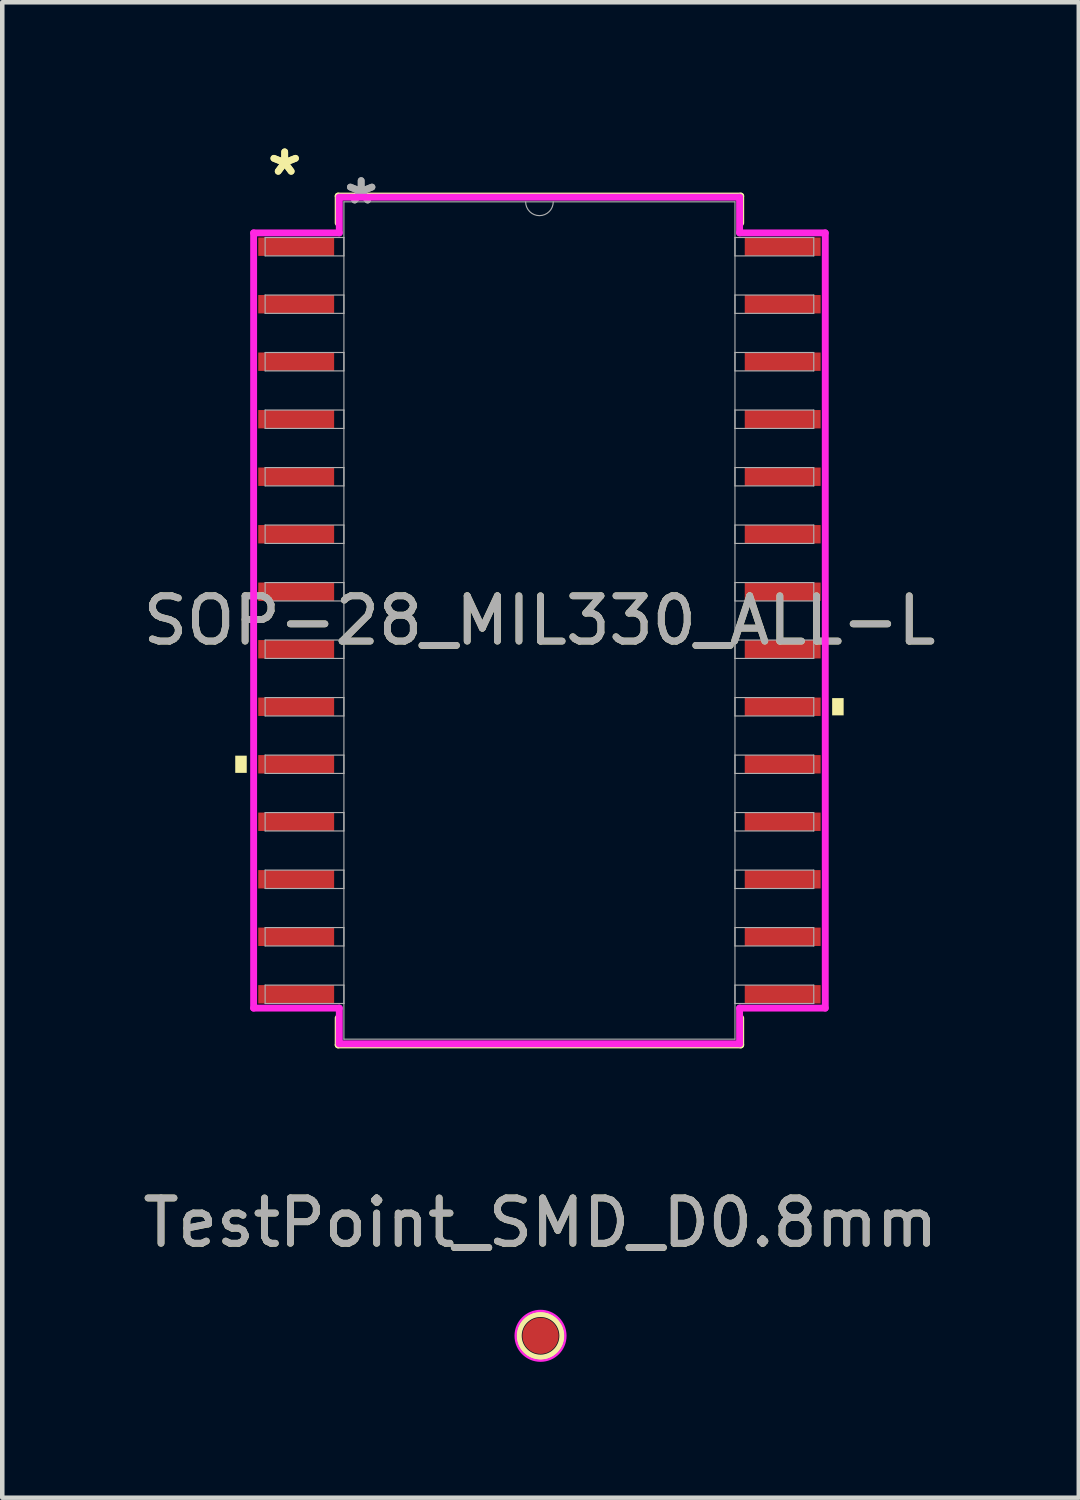
<source format=kicad_pcb>
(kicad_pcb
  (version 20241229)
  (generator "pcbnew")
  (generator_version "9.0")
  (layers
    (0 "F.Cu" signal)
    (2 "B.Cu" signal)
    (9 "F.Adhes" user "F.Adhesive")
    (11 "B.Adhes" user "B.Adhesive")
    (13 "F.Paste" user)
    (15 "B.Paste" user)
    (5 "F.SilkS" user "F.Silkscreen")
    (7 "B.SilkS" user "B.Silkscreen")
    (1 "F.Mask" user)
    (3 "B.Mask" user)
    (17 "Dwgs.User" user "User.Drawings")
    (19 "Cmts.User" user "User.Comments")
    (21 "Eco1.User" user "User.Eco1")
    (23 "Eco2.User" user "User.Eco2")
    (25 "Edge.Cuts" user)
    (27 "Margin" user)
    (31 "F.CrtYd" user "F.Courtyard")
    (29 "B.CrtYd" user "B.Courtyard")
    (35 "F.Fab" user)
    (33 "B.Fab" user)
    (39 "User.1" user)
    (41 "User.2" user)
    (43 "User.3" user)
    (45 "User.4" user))
  (footprint "SOP-28_MIL330_ALL-L"
    (layer "F.Cu")
    (at 8.863 10.653)
    (property "Reference" "SOP-28_MIL330_ALL-L" (at 0 0 0) (unlocked yes) (layer "F.SilkS") (effects (font (size 1 1) (thickness 0.15))))
    (attr smd)
    (fp_line (start -4.445 -9.373) (end -4.445 -8.779) (stroke (width 0.152) (type solid)) (layer "F.SilkS"))
    (fp_line (start -4.445 8.779) (end -4.445 9.373) (stroke (width 0.152) (type solid)) (layer "F.SilkS"))
    (fp_line (start -4.445 9.373) (end 4.445 9.373) (stroke (width 0.152) (type solid)) (layer "F.SilkS"))
    (fp_line (start 4.445 -9.373) (end -4.445 -9.373) (stroke (width 0.152) (type solid)) (layer "F.SilkS"))
    (fp_line (start 4.445 -8.779) (end 4.445 -9.373) (stroke (width 0.152) (type solid)) (layer "F.SilkS"))
    (fp_line (start 4.445 9.373) (end 4.445 8.779) (stroke (width 0.152) (type solid)) (layer "F.SilkS"))
    (fp_poly (pts (xy -6.718 2.985) (xy -6.718 3.365) (xy -6.464 3.365) (xy -6.464 2.985)) (stroke (width 0) (type solid)) (fill yes) (layer "F.SilkS"))
    (fp_poly (pts (xy 6.718 1.714) (xy 6.718 2.095) (xy 6.464 2.095) (xy 6.464 1.714)) (stroke (width 0) (type solid)) (fill yes) (layer "F.SilkS"))
    (fp_line (start -6.312 -8.56) (end -4.42 -8.56) (stroke (width 0.152) (type solid)) (layer "F.CrtYd"))
    (fp_line (start -6.312 8.56) (end -6.312 -8.56) (stroke (width 0.152) (type solid)) (layer "F.CrtYd"))
    (fp_line (start -6.312 8.56) (end -4.42 8.56) (stroke (width 0.152) (type solid)) (layer "F.CrtYd"))
    (fp_line (start -4.42 -9.347) (end 4.42 -9.347) (stroke (width 0.152) (type solid)) (layer "F.CrtYd"))
    (fp_line (start -4.42 -8.56) (end -4.42 -9.347) (stroke (width 0.152) (type solid)) (layer "F.CrtYd"))
    (fp_line (start -4.42 9.347) (end -4.42 8.56) (stroke (width 0.152) (type solid)) (layer "F.CrtYd"))
    (fp_line (start 4.42 -9.347) (end 4.42 -8.56) (stroke (width 0.152) (type solid)) (layer "F.CrtYd"))
    (fp_line (start 4.42 8.56) (end 4.42 9.347) (stroke (width 0.152) (type solid)) (layer "F.CrtYd"))
    (fp_line (start 4.42 9.347) (end -4.42 9.347) (stroke (width 0.152) (type solid)) (layer "F.CrtYd"))
    (fp_line (start 6.312 -8.56) (end 4.42 -8.56) (stroke (width 0.152) (type solid)) (layer "F.CrtYd"))
    (fp_line (start 6.312 -8.56) (end 6.312 8.56) (stroke (width 0.152) (type solid)) (layer "F.CrtYd"))
    (fp_line (start 6.312 8.56) (end 4.42 8.56) (stroke (width 0.152) (type solid)) (layer "F.CrtYd"))
    (fp_line (start -6.058 -8.458) (end -6.058 -8.052) (stroke (width 0.025) (type solid)) (layer "F.Fab"))
    (fp_line (start -6.058 -8.052) (end -4.318 -8.052) (stroke (width 0.025) (type solid)) (layer "F.Fab"))
    (fp_line (start -6.058 -7.188) (end -6.058 -6.782) (stroke (width 0.025) (type solid)) (layer "F.Fab"))
    (fp_line (start -6.058 -6.782) (end -4.318 -6.782) (stroke (width 0.025) (type solid)) (layer "F.Fab"))
    (fp_line (start -6.058 -5.918) (end -6.058 -5.512) (stroke (width 0.025) (type solid)) (layer "F.Fab"))
    (fp_line (start -6.058 -5.512) (end -4.318 -5.512) (stroke (width 0.025) (type solid)) (layer "F.Fab"))
    (fp_line (start -6.058 -4.648) (end -6.058 -4.242) (stroke (width 0.025) (type solid)) (layer "F.Fab"))
    (fp_line (start -6.058 -4.242) (end -4.318 -4.242) (stroke (width 0.025) (type solid)) (layer "F.Fab"))
    (fp_line (start -6.058 -3.378) (end -6.058 -2.972) (stroke (width 0.025) (type solid)) (layer "F.Fab"))
    (fp_line (start -6.058 -2.972) (end -4.318 -2.972) (stroke (width 0.025) (type solid)) (layer "F.Fab"))
    (fp_line (start -6.058 -2.108) (end -6.058 -1.702) (stroke (width 0.025) (type solid)) (layer "F.Fab"))
    (fp_line (start -6.058 -1.702) (end -4.318 -1.702) (stroke (width 0.025) (type solid)) (layer "F.Fab"))
    (fp_line (start -6.058 -0.838) (end -6.058 -0.432) (stroke (width 0.025) (type solid)) (layer "F.Fab"))
    (fp_line (start -6.058 -0.432) (end -4.318 -0.432) (stroke (width 0.025) (type solid)) (layer "F.Fab"))
    (fp_line (start -6.058 0.432) (end -6.058 0.838) (stroke (width 0.025) (type solid)) (layer "F.Fab"))
    (fp_line (start -6.058 0.838) (end -4.318 0.838) (stroke (width 0.025) (type solid)) (layer "F.Fab"))
    (fp_line (start -6.058 1.702) (end -6.058 2.108) (stroke (width 0.025) (type solid)) (layer "F.Fab"))
    (fp_line (start -6.058 2.108) (end -4.318 2.108) (stroke (width 0.025) (type solid)) (layer "F.Fab"))
    (fp_line (start -6.058 2.972) (end -6.058 3.378) (stroke (width 0.025) (type solid)) (layer "F.Fab"))
    (fp_line (start -6.058 3.378) (end -4.318 3.378) (stroke (width 0.025) (type solid)) (layer "F.Fab"))
    (fp_line (start -6.058 4.242) (end -6.058 4.648) (stroke (width 0.025) (type solid)) (layer "F.Fab"))
    (fp_line (start -6.058 4.648) (end -4.318 4.648) (stroke (width 0.025) (type solid)) (layer "F.Fab"))
    (fp_line (start -6.058 5.512) (end -6.058 5.918) (stroke (width 0.025) (type solid)) (layer "F.Fab"))
    (fp_line (start -6.058 5.918) (end -4.318 5.918) (stroke (width 0.025) (type solid)) (layer "F.Fab"))
    (fp_line (start -6.058 6.782) (end -6.058 7.188) (stroke (width 0.025) (type solid)) (layer "F.Fab"))
    (fp_line (start -6.058 7.188) (end -4.318 7.188) (stroke (width 0.025) (type solid)) (layer "F.Fab"))
    (fp_line (start -6.058 8.052) (end -6.058 8.458) (stroke (width 0.025) (type solid)) (layer "F.Fab"))
    (fp_line (start -6.058 8.458) (end -4.318 8.458) (stroke (width 0.025) (type solid)) (layer "F.Fab"))
    (fp_line (start -4.318 -9.246) (end -4.318 9.246) (stroke (width 0.025) (type solid)) (layer "F.Fab"))
    (fp_line (start -4.318 -8.458) (end -6.058 -8.458) (stroke (width 0.025) (type solid)) (layer "F.Fab"))
    (fp_line (start -4.318 -8.052) (end -4.318 -8.458) (stroke (width 0.025) (type solid)) (layer "F.Fab"))
    (fp_line (start -4.318 -7.188) (end -6.058 -7.188) (stroke (width 0.025) (type solid)) (layer "F.Fab"))
    (fp_line (start -4.318 -6.782) (end -4.318 -7.188) (stroke (width 0.025) (type solid)) (layer "F.Fab"))
    (fp_line (start -4.318 -5.918) (end -6.058 -5.918) (stroke (width 0.025) (type solid)) (layer "F.Fab"))
    (fp_line (start -4.318 -5.512) (end -4.318 -5.918) (stroke (width 0.025) (type solid)) (layer "F.Fab"))
    (fp_line (start -4.318 -4.648) (end -6.058 -4.648) (stroke (width 0.025) (type solid)) (layer "F.Fab"))
    (fp_line (start -4.318 -4.242) (end -4.318 -4.648) (stroke (width 0.025) (type solid)) (layer "F.Fab"))
    (fp_line (start -4.318 -3.378) (end -6.058 -3.378) (stroke (width 0.025) (type solid)) (layer "F.Fab"))
    (fp_line (start -4.318 -2.972) (end -4.318 -3.378) (stroke (width 0.025) (type solid)) (layer "F.Fab"))
    (fp_line (start -4.318 -2.108) (end -6.058 -2.108) (stroke (width 0.025) (type solid)) (layer "F.Fab"))
    (fp_line (start -4.318 -1.702) (end -4.318 -2.108) (stroke (width 0.025) (type solid)) (layer "F.Fab"))
    (fp_line (start -4.318 -0.838) (end -6.058 -0.838) (stroke (width 0.025) (type solid)) (layer "F.Fab"))
    (fp_line (start -4.318 -0.432) (end -4.318 -0.838) (stroke (width 0.025) (type solid)) (layer "F.Fab"))
    (fp_line (start -4.318 0.432) (end -6.058 0.432) (stroke (width 0.025) (type solid)) (layer "F.Fab"))
    (fp_line (start -4.318 0.838) (end -4.318 0.432) (stroke (width 0.025) (type solid)) (layer "F.Fab"))
    (fp_line (start -4.318 1.702) (end -6.058 1.702) (stroke (width 0.025) (type solid)) (layer "F.Fab"))
    (fp_line (start -4.318 2.108) (end -4.318 1.702) (stroke (width 0.025) (type solid)) (layer "F.Fab"))
    (fp_line (start -4.318 2.972) (end -6.058 2.972) (stroke (width 0.025) (type solid)) (layer "F.Fab"))
    (fp_line (start -4.318 3.378) (end -4.318 2.972) (stroke (width 0.025) (type solid)) (layer "F.Fab"))
    (fp_line (start -4.318 4.242) (end -6.058 4.242) (stroke (width 0.025) (type solid)) (layer "F.Fab"))
    (fp_line (start -4.318 4.648) (end -4.318 4.242) (stroke (width 0.025) (type solid)) (layer "F.Fab"))
    (fp_line (start -4.318 5.512) (end -6.058 5.512) (stroke (width 0.025) (type solid)) (layer "F.Fab"))
    (fp_line (start -4.318 5.918) (end -4.318 5.512) (stroke (width 0.025) (type solid)) (layer "F.Fab"))
    (fp_line (start -4.318 6.782) (end -6.058 6.782) (stroke (width 0.025) (type solid)) (layer "F.Fab"))
    (fp_line (start -4.318 7.188) (end -4.318 6.782) (stroke (width 0.025) (type solid)) (layer "F.Fab"))
    (fp_line (start -4.318 8.052) (end -6.058 8.052) (stroke (width 0.025) (type solid)) (layer "F.Fab"))
    (fp_line (start -4.318 8.458) (end -4.318 8.052) (stroke (width 0.025) (type solid)) (layer "F.Fab"))
    (fp_line (start -4.318 9.246) (end 4.318 9.246) (stroke (width 0.025) (type solid)) (layer "F.Fab"))
    (fp_line (start 4.318 -9.246) (end -4.318 -9.246) (stroke (width 0.025) (type solid)) (layer "F.Fab"))
    (fp_line (start 4.318 -8.458) (end 4.318 -8.052) (stroke (width 0.025) (type solid)) (layer "F.Fab"))
    (fp_line (start 4.318 -8.052) (end 6.058 -8.052) (stroke (width 0.025) (type solid)) (layer "F.Fab"))
    (fp_line (start 4.318 -7.188) (end 4.318 -6.782) (stroke (width 0.025) (type solid)) (layer "F.Fab"))
    (fp_line (start 4.318 -6.782) (end 6.058 -6.782) (stroke (width 0.025) (type solid)) (layer "F.Fab"))
    (fp_line (start 4.318 -5.918) (end 4.318 -5.512) (stroke (width 0.025) (type solid)) (layer "F.Fab"))
    (fp_line (start 4.318 -5.512) (end 6.058 -5.512) (stroke (width 0.025) (type solid)) (layer "F.Fab"))
    (fp_line (start 4.318 -4.648) (end 4.318 -4.242) (stroke (width 0.025) (type solid)) (layer "F.Fab"))
    (fp_line (start 4.318 -4.242) (end 6.058 -4.242) (stroke (width 0.025) (type solid)) (layer "F.Fab"))
    (fp_line (start 4.318 -3.378) (end 4.318 -2.972) (stroke (width 0.025) (type solid)) (layer "F.Fab"))
    (fp_line (start 4.318 -2.972) (end 6.058 -2.972) (stroke (width 0.025) (type solid)) (layer "F.Fab"))
    (fp_line (start 4.318 -2.108) (end 4.318 -1.702) (stroke (width 0.025) (type solid)) (layer "F.Fab"))
    (fp_line (start 4.318 -1.702) (end 6.058 -1.702) (stroke (width 0.025) (type solid)) (layer "F.Fab"))
    (fp_line (start 4.318 -0.838) (end 4.318 -0.432) (stroke (width 0.025) (type solid)) (layer "F.Fab"))
    (fp_line (start 4.318 -0.432) (end 6.058 -0.432) (stroke (width 0.025) (type solid)) (layer "F.Fab"))
    (fp_line (start 4.318 0.432) (end 4.318 0.838) (stroke (width 0.025) (type solid)) (layer "F.Fab"))
    (fp_line (start 4.318 0.838) (end 6.058 0.838) (stroke (width 0.025) (type solid)) (layer "F.Fab"))
    (fp_line (start 4.318 1.702) (end 4.318 2.108) (stroke (width 0.025) (type solid)) (layer "F.Fab"))
    (fp_line (start 4.318 2.108) (end 6.058 2.108) (stroke (width 0.025) (type solid)) (layer "F.Fab"))
    (fp_line (start 4.318 2.972) (end 4.318 3.378) (stroke (width 0.025) (type solid)) (layer "F.Fab"))
    (fp_line (start 4.318 3.378) (end 6.058 3.378) (stroke (width 0.025) (type solid)) (layer "F.Fab"))
    (fp_line (start 4.318 4.242) (end 4.318 4.648) (stroke (width 0.025) (type solid)) (layer "F.Fab"))
    (fp_line (start 4.318 4.648) (end 6.058 4.648) (stroke (width 0.025) (type solid)) (layer "F.Fab"))
    (fp_line (start 4.318 5.512) (end 4.318 5.918) (stroke (width 0.025) (type solid)) (layer "F.Fab"))
    (fp_line (start 4.318 5.918) (end 6.058 5.918) (stroke (width 0.025) (type solid)) (layer "F.Fab"))
    (fp_line (start 4.318 6.782) (end 4.318 7.188) (stroke (width 0.025) (type solid)) (layer "F.Fab"))
    (fp_line (start 4.318 7.188) (end 6.058 7.188) (stroke (width 0.025) (type solid)) (layer "F.Fab"))
    (fp_line (start 4.318 8.052) (end 4.318 8.458) (stroke (width 0.025) (type solid)) (layer "F.Fab"))
    (fp_line (start 4.318 8.458) (end 6.058 8.458) (stroke (width 0.025) (type solid)) (layer "F.Fab"))
    (fp_line (start 4.318 9.246) (end 4.318 -9.246) (stroke (width 0.025) (type solid)) (layer "F.Fab"))
    (fp_line (start 6.058 -8.458) (end 4.318 -8.458) (stroke (width 0.025) (type solid)) (layer "F.Fab"))
    (fp_line (start 6.058 -8.052) (end 6.058 -8.458) (stroke (width 0.025) (type solid)) (layer "F.Fab"))
    (fp_line (start 6.058 -7.188) (end 4.318 -7.188) (stroke (width 0.025) (type solid)) (layer "F.Fab"))
    (fp_line (start 6.058 -6.782) (end 6.058 -7.188) (stroke (width 0.025) (type solid)) (layer "F.Fab"))
    (fp_line (start 6.058 -5.918) (end 4.318 -5.918) (stroke (width 0.025) (type solid)) (layer "F.Fab"))
    (fp_line (start 6.058 -5.512) (end 6.058 -5.918) (stroke (width 0.025) (type solid)) (layer "F.Fab"))
    (fp_line (start 6.058 -4.648) (end 4.318 -4.648) (stroke (width 0.025) (type solid)) (layer "F.Fab"))
    (fp_line (start 6.058 -4.242) (end 6.058 -4.648) (stroke (width 0.025) (type solid)) (layer "F.Fab"))
    (fp_line (start 6.058 -3.378) (end 4.318 -3.378) (stroke (width 0.025) (type solid)) (layer "F.Fab"))
    (fp_line (start 6.058 -2.972) (end 6.058 -3.378) (stroke (width 0.025) (type solid)) (layer "F.Fab"))
    (fp_line (start 6.058 -2.108) (end 4.318 -2.108) (stroke (width 0.025) (type solid)) (layer "F.Fab"))
    (fp_line (start 6.058 -1.702) (end 6.058 -2.108) (stroke (width 0.025) (type solid)) (layer "F.Fab"))
    (fp_line (start 6.058 -0.838) (end 4.318 -0.838) (stroke (width 0.025) (type solid)) (layer "F.Fab"))
    (fp_line (start 6.058 -0.432) (end 6.058 -0.838) (stroke (width 0.025) (type solid)) (layer "F.Fab"))
    (fp_line (start 6.058 0.432) (end 4.318 0.432) (stroke (width 0.025) (type solid)) (layer "F.Fab"))
    (fp_line (start 6.058 0.838) (end 6.058 0.432) (stroke (width 0.025) (type solid)) (layer "F.Fab"))
    (fp_line (start 6.058 1.702) (end 4.318 1.702) (stroke (width 0.025) (type solid)) (layer "F.Fab"))
    (fp_line (start 6.058 2.108) (end 6.058 1.702) (stroke (width 0.025) (type solid)) (layer "F.Fab"))
    (fp_line (start 6.058 2.972) (end 4.318 2.972) (stroke (width 0.025) (type solid)) (layer "F.Fab"))
    (fp_line (start 6.058 3.378) (end 6.058 2.972) (stroke (width 0.025) (type solid)) (layer "F.Fab"))
    (fp_line (start 6.058 4.242) (end 4.318 4.242) (stroke (width 0.025) (type solid)) (layer "F.Fab"))
    (fp_line (start 6.058 4.648) (end 6.058 4.242) (stroke (width 0.025) (type solid)) (layer "F.Fab"))
    (fp_line (start 6.058 5.512) (end 4.318 5.512) (stroke (width 0.025) (type solid)) (layer "F.Fab"))
    (fp_line (start 6.058 5.918) (end 6.058 5.512) (stroke (width 0.025) (type solid)) (layer "F.Fab"))
    (fp_line (start 6.058 6.782) (end 4.318 6.782) (stroke (width 0.025) (type solid)) (layer "F.Fab"))
    (fp_line (start 6.058 7.188) (end 6.058 6.782) (stroke (width 0.025) (type solid)) (layer "F.Fab"))
    (fp_line (start 6.058 8.052) (end 4.318 8.052) (stroke (width 0.025) (type solid)) (layer "F.Fab"))
    (fp_line (start 6.058 8.458) (end 6.058 8.052) (stroke (width 0.025) (type solid)) (layer "F.Fab"))
    (fp_arc (start 0.3048 -9.2456) (mid 0 -8.9408) (end -0.3048 -9.2456) (stroke (width 0.0254) (type solid)) (layer "F.Fab"))
    (fp_text user "*" (at -5.626 -9.804 0) (unlocked yes) (layer "F.SilkS") (effects (font (size 1 1) (thickness 0.15))))
    (fp_text user "*" (at -5.626 -9.804 0) (layer "F.SilkS") (effects (font (size 1 1) (thickness 0.15))))
    (fp_text user "*" (at -3.937 -9.169 0) (layer "F.Fab") (effects (font (size 1 1) (thickness 0.15))))
    (fp_text user "${REFERENCE}" (at 0 0 0) (unlocked yes) (layer "F.Fab") (effects (font (size 1 1) (thickness 0.15))))
    (fp_text user "*" (at -3.937 -9.169 0) (unlocked yes) (layer "F.Fab") (effects (font (size 1 1) (thickness 0.15))))
    (pad "1" smd rect (at -5.372 -8.255) (size 1.676 0.406) (layers "F.Cu" "F.Mask" "F.Paste"))
    (pad "2" smd rect (at -5.372 -6.985) (size 1.676 0.406) (layers "F.Cu" "F.Mask" "F.Paste"))
    (pad "3" smd rect (at -5.372 -5.715) (size 1.676 0.406) (layers "F.Cu" "F.Mask" "F.Paste"))
    (pad "4" smd rect (at -5.372 -4.445) (size 1.676 0.406) (layers "F.Cu" "F.Mask" "F.Paste"))
    (pad "5" smd rect (at -5.372 -3.175) (size 1.676 0.406) (layers "F.Cu" "F.Mask" "F.Paste"))
    (pad "6" smd rect (at -5.372 -1.905) (size 1.676 0.406) (layers "F.Cu" "F.Mask" "F.Paste"))
    (pad "7" smd rect (at -5.372 -0.635) (size 1.676 0.406) (layers "F.Cu" "F.Mask" "F.Paste"))
    (pad "8" smd rect (at -5.372 0.635) (size 1.676 0.406) (layers "F.Cu" "F.Mask" "F.Paste"))
    (pad "9" smd rect (at -5.372 1.905) (size 1.676 0.406) (layers "F.Cu" "F.Mask" "F.Paste"))
    (pad "10" smd rect (at -5.372 3.175) (size 1.676 0.406) (layers "F.Cu" "F.Mask" "F.Paste"))
    (pad "11" smd rect (at -5.372 4.445) (size 1.676 0.406) (layers "F.Cu" "F.Mask" "F.Paste"))
    (pad "12" smd rect (at -5.372 5.715) (size 1.676 0.406) (layers "F.Cu" "F.Mask" "F.Paste"))
    (pad "13" smd rect (at -5.372 6.985) (size 1.676 0.406) (layers "F.Cu" "F.Mask" "F.Paste"))
    (pad "14" smd rect (at -5.372 8.255) (size 1.676 0.406) (layers "F.Cu" "F.Mask" "F.Paste"))
    (pad "15" smd rect (at 5.372 8.255) (size 1.676 0.406) (layers "F.Cu" "F.Mask" "F.Paste"))
    (pad "16" smd rect (at 5.372 6.985) (size 1.676 0.406) (layers "F.Cu" "F.Mask" "F.Paste"))
    (pad "17" smd rect (at 5.372 5.715) (size 1.676 0.406) (layers "F.Cu" "F.Mask" "F.Paste"))
    (pad "18" smd rect (at 5.372 4.445) (size 1.676 0.406) (layers "F.Cu" "F.Mask" "F.Paste"))
    (pad "19" smd rect (at 5.372 3.175) (size 1.676 0.406) (layers "F.Cu" "F.Mask" "F.Paste"))
    (pad "20" smd rect (at 5.372 1.905) (size 1.676 0.406) (layers "F.Cu" "F.Mask" "F.Paste"))
    (pad "21" smd rect (at 5.372 0.635) (size 1.676 0.406) (layers "F.Cu" "F.Mask" "F.Paste"))
    (pad "22" smd rect (at 5.372 -0.635) (size 1.676 0.406) (layers "F.Cu" "F.Mask" "F.Paste"))
    (pad "23" smd rect (at 5.372 -1.905) (size 1.676 0.406) (layers "F.Cu" "F.Mask" "F.Paste"))
    (pad "24" smd rect (at 5.372 -3.175) (size 1.676 0.406) (layers "F.Cu" "F.Mask" "F.Paste"))
    (pad "25" smd rect (at 5.372 -4.445) (size 1.676 0.406) (layers "F.Cu" "F.Mask" "F.Paste"))
    (pad "26" smd rect (at 5.372 -5.715) (size 1.676 0.406) (layers "F.Cu" "F.Mask" "F.Paste"))
    (pad "27" smd rect (at 5.372 -6.985) (size 1.676 0.406) (layers "F.Cu" "F.Mask" "F.Paste"))
    (pad "28" smd rect (at 5.372 -8.255) (size 1.676 0.406) (layers "F.Cu" "F.Mask" "F.Paste")))
  (footprint "TestPoint_SMD_D0.8mm"
    (layer "F.Cu")
    (at 8.887 26.45)
    (property "Reference" "TestPoint_SMD_D0.8mm" (at 0 -2.498 0) (layer "F.SilkS") (effects (font (size 1 1) (thickness 0.15))))
    (attr exclude_from_pos_files exclude_from_bom)
    (fp_circle (center 0 0) (end 0.475 0) (stroke (width 0.12) (type solid)) (fill no) (layer "F.SilkS"))
    (fp_circle (center 0 0) (end 0.55 0) (stroke (width 0.05) (type solid)) (fill no) (layer "F.CrtYd"))
    (fp_text user "${REFERENCE}" (at 0 -2.5 0) (layer "F.Fab") (effects (font (size 1 1) (thickness 0.15))))
    (pad "1" smd circle (at 0 0) (size 0.8 0.8) (layers "F.Cu" "F.Mask" "F.Paste")))
  (gr_rect
    (start -3 -3)
    (end 20.774 30.025)
    (stroke (width 0.1) (type default))
    (fill no)
    (layer "Edge.Cuts")))
</source>
